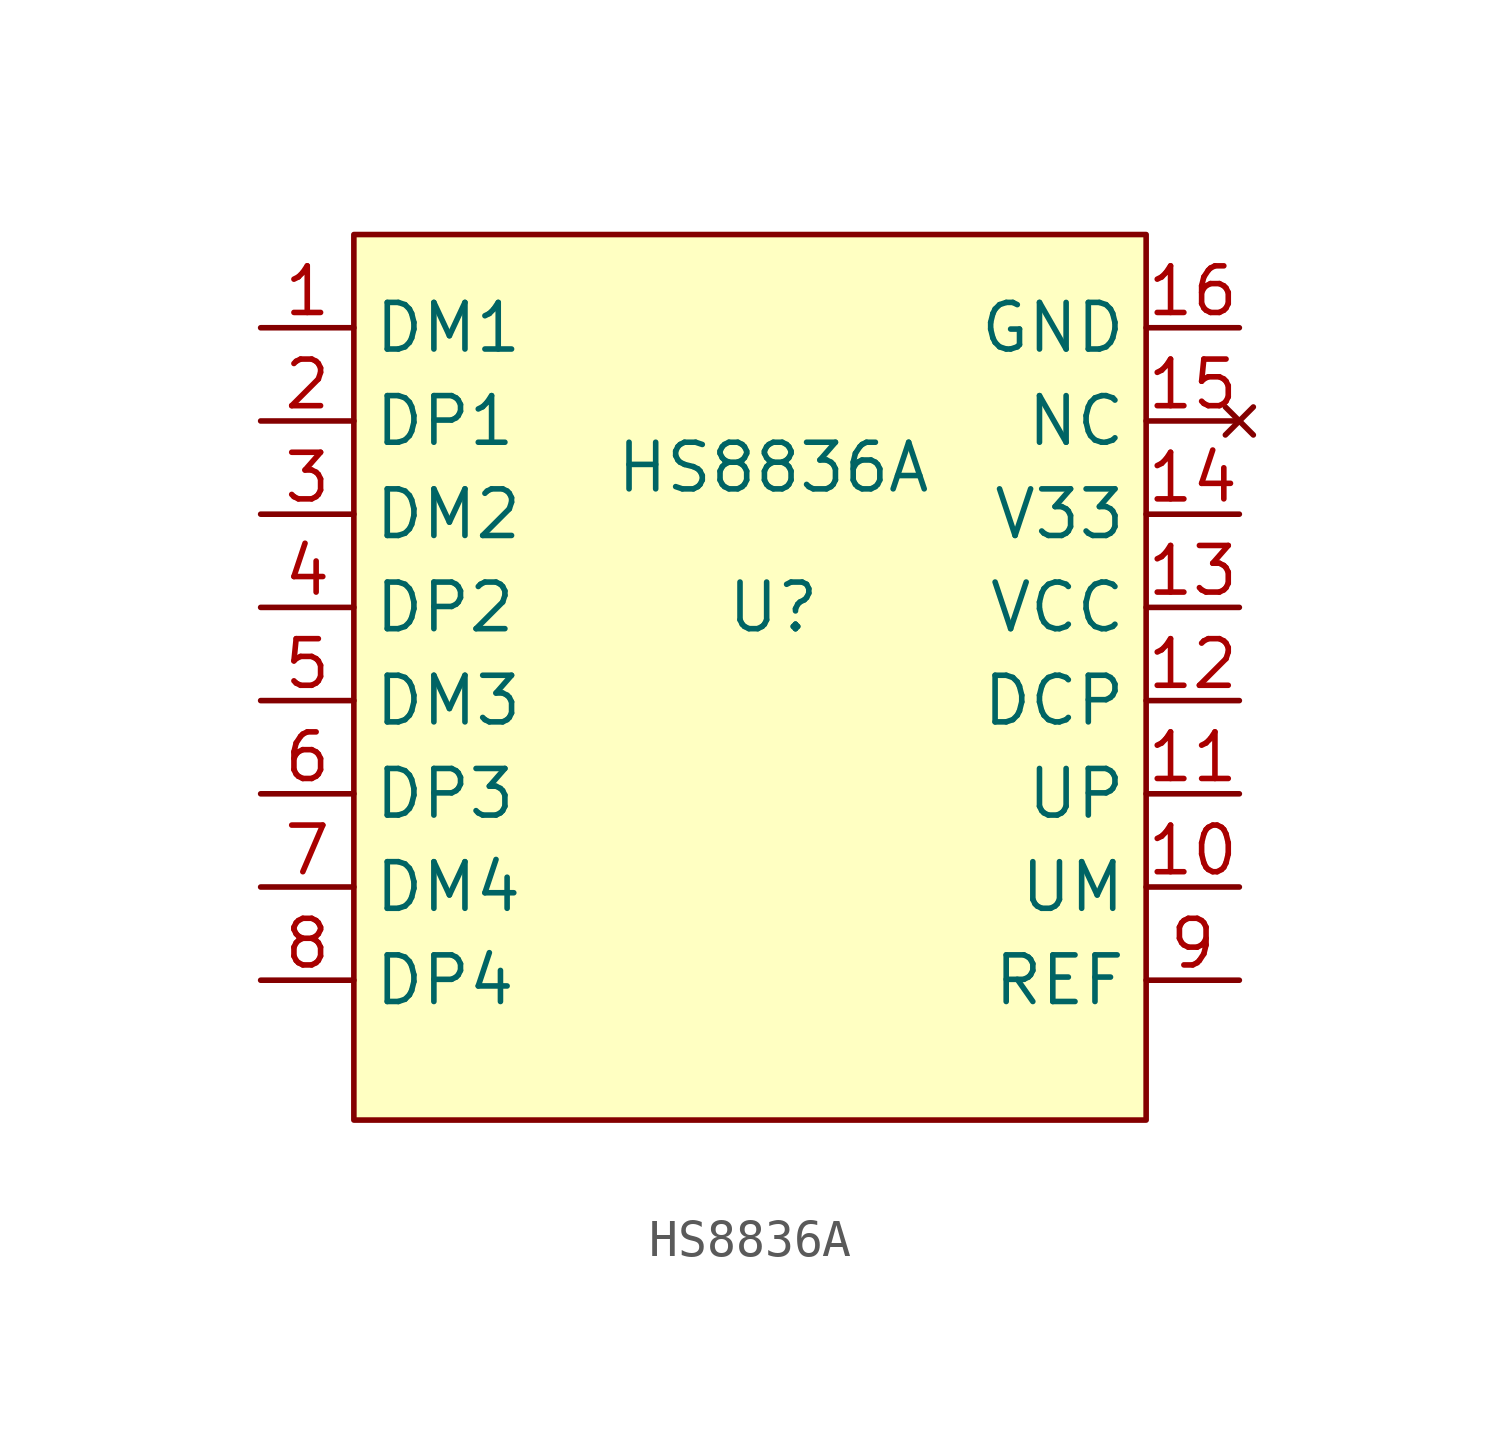
<source format=kicad_sym>
(kicad_symbol_lib
  (version 20211014)
  (generator kicad_symbol_editor)
  (symbol "HS8836A"
    (property "Reference" "U"
      (at 0 0 0)
      (effects (font (size 1.27 1.27))))
    (property "Value" "HS8836A"
      (at 0 3.81 0)
      (effects (font (size 1.27 1.27))))
    (symbol "HS8836A_0_1"
      (rectangle (start -11.43 10.16) (end 10.16 -13.97) (stroke (width 0) (type default) (color 0 0 0 0)) (fill (type background))))
    (symbol "HS8836A_1_1"
      (pin bidirectional line (at -13.97 7.62 0) (length 2.54) (name "DM1" (effects (font (size 1.27 1.27)))) (number "1" (effects (font (size 1.27 1.27)))))
      (pin bidirectional line (at 12.7 -7.62 180) (length 2.54) (name "UM" (effects (font (size 1.27 1.27)))) (number "10" (effects (font (size 1.27 1.27)))))
      (pin bidirectional line (at 12.7 -5.08 180) (length 2.54) (name "UP" (effects (font (size 1.27 1.27)))) (number "11" (effects (font (size 1.27 1.27)))))
      (pin passive line (at 12.7 -2.54 180) (length 2.54) (name "DCP" (effects (font (size 1.27 1.27)))) (number "12" (effects (font (size 1.27 1.27)))))
      (pin power_in line (at 12.7 0 180) (length 2.54) (name "VCC" (effects (font (size 1.27 1.27)))) (number "13" (effects (font (size 1.27 1.27)))))
      (pin power_in line (at 12.7 2.54 180) (length 2.54) (name "V33" (effects (font (size 1.27 1.27)))) (number "14" (effects (font (size 1.27 1.27)))))
      (pin no_connect line (at 12.7 5.08 180) (length 2.54) (name "NC" (effects (font (size 1.27 1.27)))) (number "15" (effects (font (size 1.27 1.27)))))
      (pin power_in line (at 12.7 7.62 180) (length 2.54) (name "GND" (effects (font (size 1.27 1.27)))) (number "16" (effects (font (size 1.27 1.27)))))
      (pin bidirectional line (at -13.97 5.08 0) (length 2.54) (name "DP1" (effects (font (size 1.27 1.27)))) (number "2" (effects (font (size 1.27 1.27)))))
      (pin bidirectional line (at -13.97 2.54 0) (length 2.54) (name "DM2" (effects (font (size 1.27 1.27)))) (number "3" (effects (font (size 1.27 1.27)))))
      (pin bidirectional line (at -13.97 0 0) (length 2.54) (name "DP2" (effects (font (size 1.27 1.27)))) (number "4" (effects (font (size 1.27 1.27)))))
      (pin bidirectional line (at -13.97 -2.54 0) (length 2.54) (name "DM3" (effects (font (size 1.27 1.27)))) (number "5" (effects (font (size 1.27 1.27)))))
      (pin bidirectional line (at -13.97 -5.08 0) (length 2.54) (name "DP3" (effects (font (size 1.27 1.27)))) (number "6" (effects (font (size 1.27 1.27)))))
      (pin bidirectional line (at -13.97 -7.62 0) (length 2.54) (name "DM4" (effects (font (size 1.27 1.27)))) (number "7" (effects (font (size 1.27 1.27)))))
      (pin bidirectional line (at -13.97 -10.16 0) (length 2.54) (name "DP4" (effects (font (size 1.27 1.27)))) (number "8" (effects (font (size 1.27 1.27)))))
      (pin passive line (at 12.7 -10.16 180) (length 2.54) (name "REF" (effects (font (size 1.27 1.27)))) (number "9" (effects (font (size 1.27 1.27))))))))
</source>
